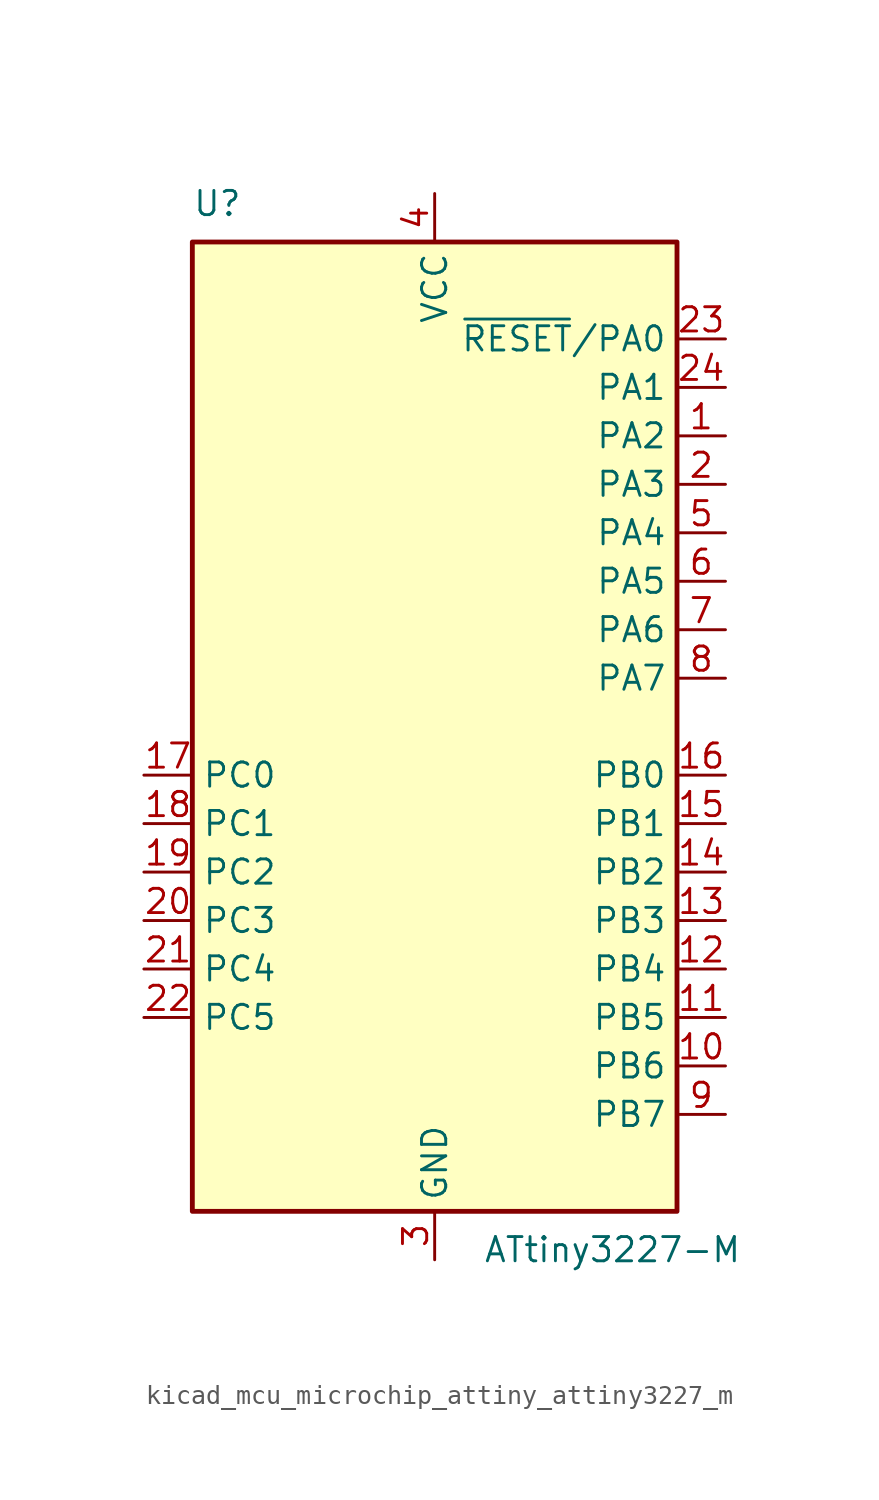
<source format=kicad_sym>
(kicad_symbol_lib
  (version 20220914)
  (generator kicad_symbol_editor)
  (symbol "kicad_mcu_microchip_attiny_attiny3227_m"
    (property "Reference" "U"
      (at -12.7 26.67 0)
      (effects (font (size 1.27 1.27)) (justify left bottom)))
    (property "Value" "ATtiny3227-M"
      (at 2.54 -26.67 0)
      (effects (font (size 1.27 1.27)) (justify left top)))
    (symbol "kicad_mcu_microchip_attiny_attiny3227_m_0_1"
      (rectangle (start -12.7 -25.4) (end 12.7 25.4) (stroke (width 0.254) (type default)) (fill (type background))))
    (symbol "kicad_mcu_microchip_attiny_attiny3227_m_1_1"
      (pin bidirectional line (at 15.24 15.24 180) (length 2.54) (name "PA2" (effects (font (size 1.27 1.27)))) (number "1" (effects (font (size 1.27 1.27)))))
      (pin bidirectional line (at 15.24 -17.78 180) (length 2.54) (name "PB6" (effects (font (size 1.27 1.27)))) (number "10" (effects (font (size 1.27 1.27)))))
      (pin bidirectional line (at 15.24 -15.24 180) (length 2.54) (name "PB5" (effects (font (size 1.27 1.27)))) (number "11" (effects (font (size 1.27 1.27)))))
      (pin bidirectional line (at 15.24 -12.7 180) (length 2.54) (name "PB4" (effects (font (size 1.27 1.27)))) (number "12" (effects (font (size 1.27 1.27)))))
      (pin bidirectional line (at 15.24 -10.16 180) (length 2.54) (name "PB3" (effects (font (size 1.27 1.27)))) (number "13" (effects (font (size 1.27 1.27)))))
      (pin bidirectional line (at 15.24 -7.62 180) (length 2.54) (name "PB2" (effects (font (size 1.27 1.27)))) (number "14" (effects (font (size 1.27 1.27)))))
      (pin bidirectional line (at 15.24 -5.08 180) (length 2.54) (name "PB1" (effects (font (size 1.27 1.27)))) (number "15" (effects (font (size 1.27 1.27)))))
      (pin bidirectional line (at 15.24 -2.54 180) (length 2.54) (name "PB0" (effects (font (size 1.27 1.27)))) (number "16" (effects (font (size 1.27 1.27)))))
      (pin bidirectional line (at -15.24 -2.54 0) (length 2.54) (name "PC0" (effects (font (size 1.27 1.27)))) (number "17" (effects (font (size 1.27 1.27)))))
      (pin bidirectional line (at -15.24 -5.08 0) (length 2.54) (name "PC1" (effects (font (size 1.27 1.27)))) (number "18" (effects (font (size 1.27 1.27)))))
      (pin bidirectional line (at -15.24 -7.62 0) (length 2.54) (name "PC2" (effects (font (size 1.27 1.27)))) (number "19" (effects (font (size 1.27 1.27)))))
      (pin bidirectional line (at 15.24 12.7 180) (length 2.54) (name "PA3" (effects (font (size 1.27 1.27)))) (number "2" (effects (font (size 1.27 1.27)))))
      (pin bidirectional line (at -15.24 -10.16 0) (length 2.54) (name "PC3" (effects (font (size 1.27 1.27)))) (number "20" (effects (font (size 1.27 1.27)))))
      (pin bidirectional line (at -15.24 -12.7 0) (length 2.54) (name "PC4" (effects (font (size 1.27 1.27)))) (number "21" (effects (font (size 1.27 1.27)))))
      (pin bidirectional line (at -15.24 -15.24 0) (length 2.54) (name "PC5" (effects (font (size 1.27 1.27)))) (number "22" (effects (font (size 1.27 1.27)))))
      (pin bidirectional line (at 15.24 20.32 180) (length 2.54) (name "~{RESET}/PA0" (effects (font (size 1.27 1.27)))) (number "23" (effects (font (size 1.27 1.27)))))
      (pin bidirectional line (at 15.24 17.78 180) (length 2.54) (name "PA1" (effects (font (size 1.27 1.27)))) (number "24" (effects (font (size 1.27 1.27)))))
      (pin passive line (at 0 -27.94 90) (length 2.54) hide (name "GND" (effects (font (size 1.27 1.27)))) (number "25" (effects (font (size 1.27 1.27)))))
      (pin power_in line (at 0 -27.94 90) (length 2.54) (name "GND" (effects (font (size 1.27 1.27)))) (number "3" (effects (font (size 1.27 1.27)))))
      (pin power_in line (at 0 27.94 270) (length 2.54) (name "VCC" (effects (font (size 1.27 1.27)))) (number "4" (effects (font (size 1.27 1.27)))))
      (pin bidirectional line (at 15.24 10.16 180) (length 2.54) (name "PA4" (effects (font (size 1.27 1.27)))) (number "5" (effects (font (size 1.27 1.27)))))
      (pin bidirectional line (at 15.24 7.62 180) (length 2.54) (name "PA5" (effects (font (size 1.27 1.27)))) (number "6" (effects (font (size 1.27 1.27)))))
      (pin bidirectional line (at 15.24 5.08 180) (length 2.54) (name "PA6" (effects (font (size 1.27 1.27)))) (number "7" (effects (font (size 1.27 1.27)))))
      (pin bidirectional line (at 15.24 2.54 180) (length 2.54) (name "PA7" (effects (font (size 1.27 1.27)))) (number "8" (effects (font (size 1.27 1.27)))))
      (pin bidirectional line (at 15.24 -20.32 180) (length 2.54) (name "PB7" (effects (font (size 1.27 1.27)))) (number "9" (effects (font (size 1.27 1.27))))))))
</source>
